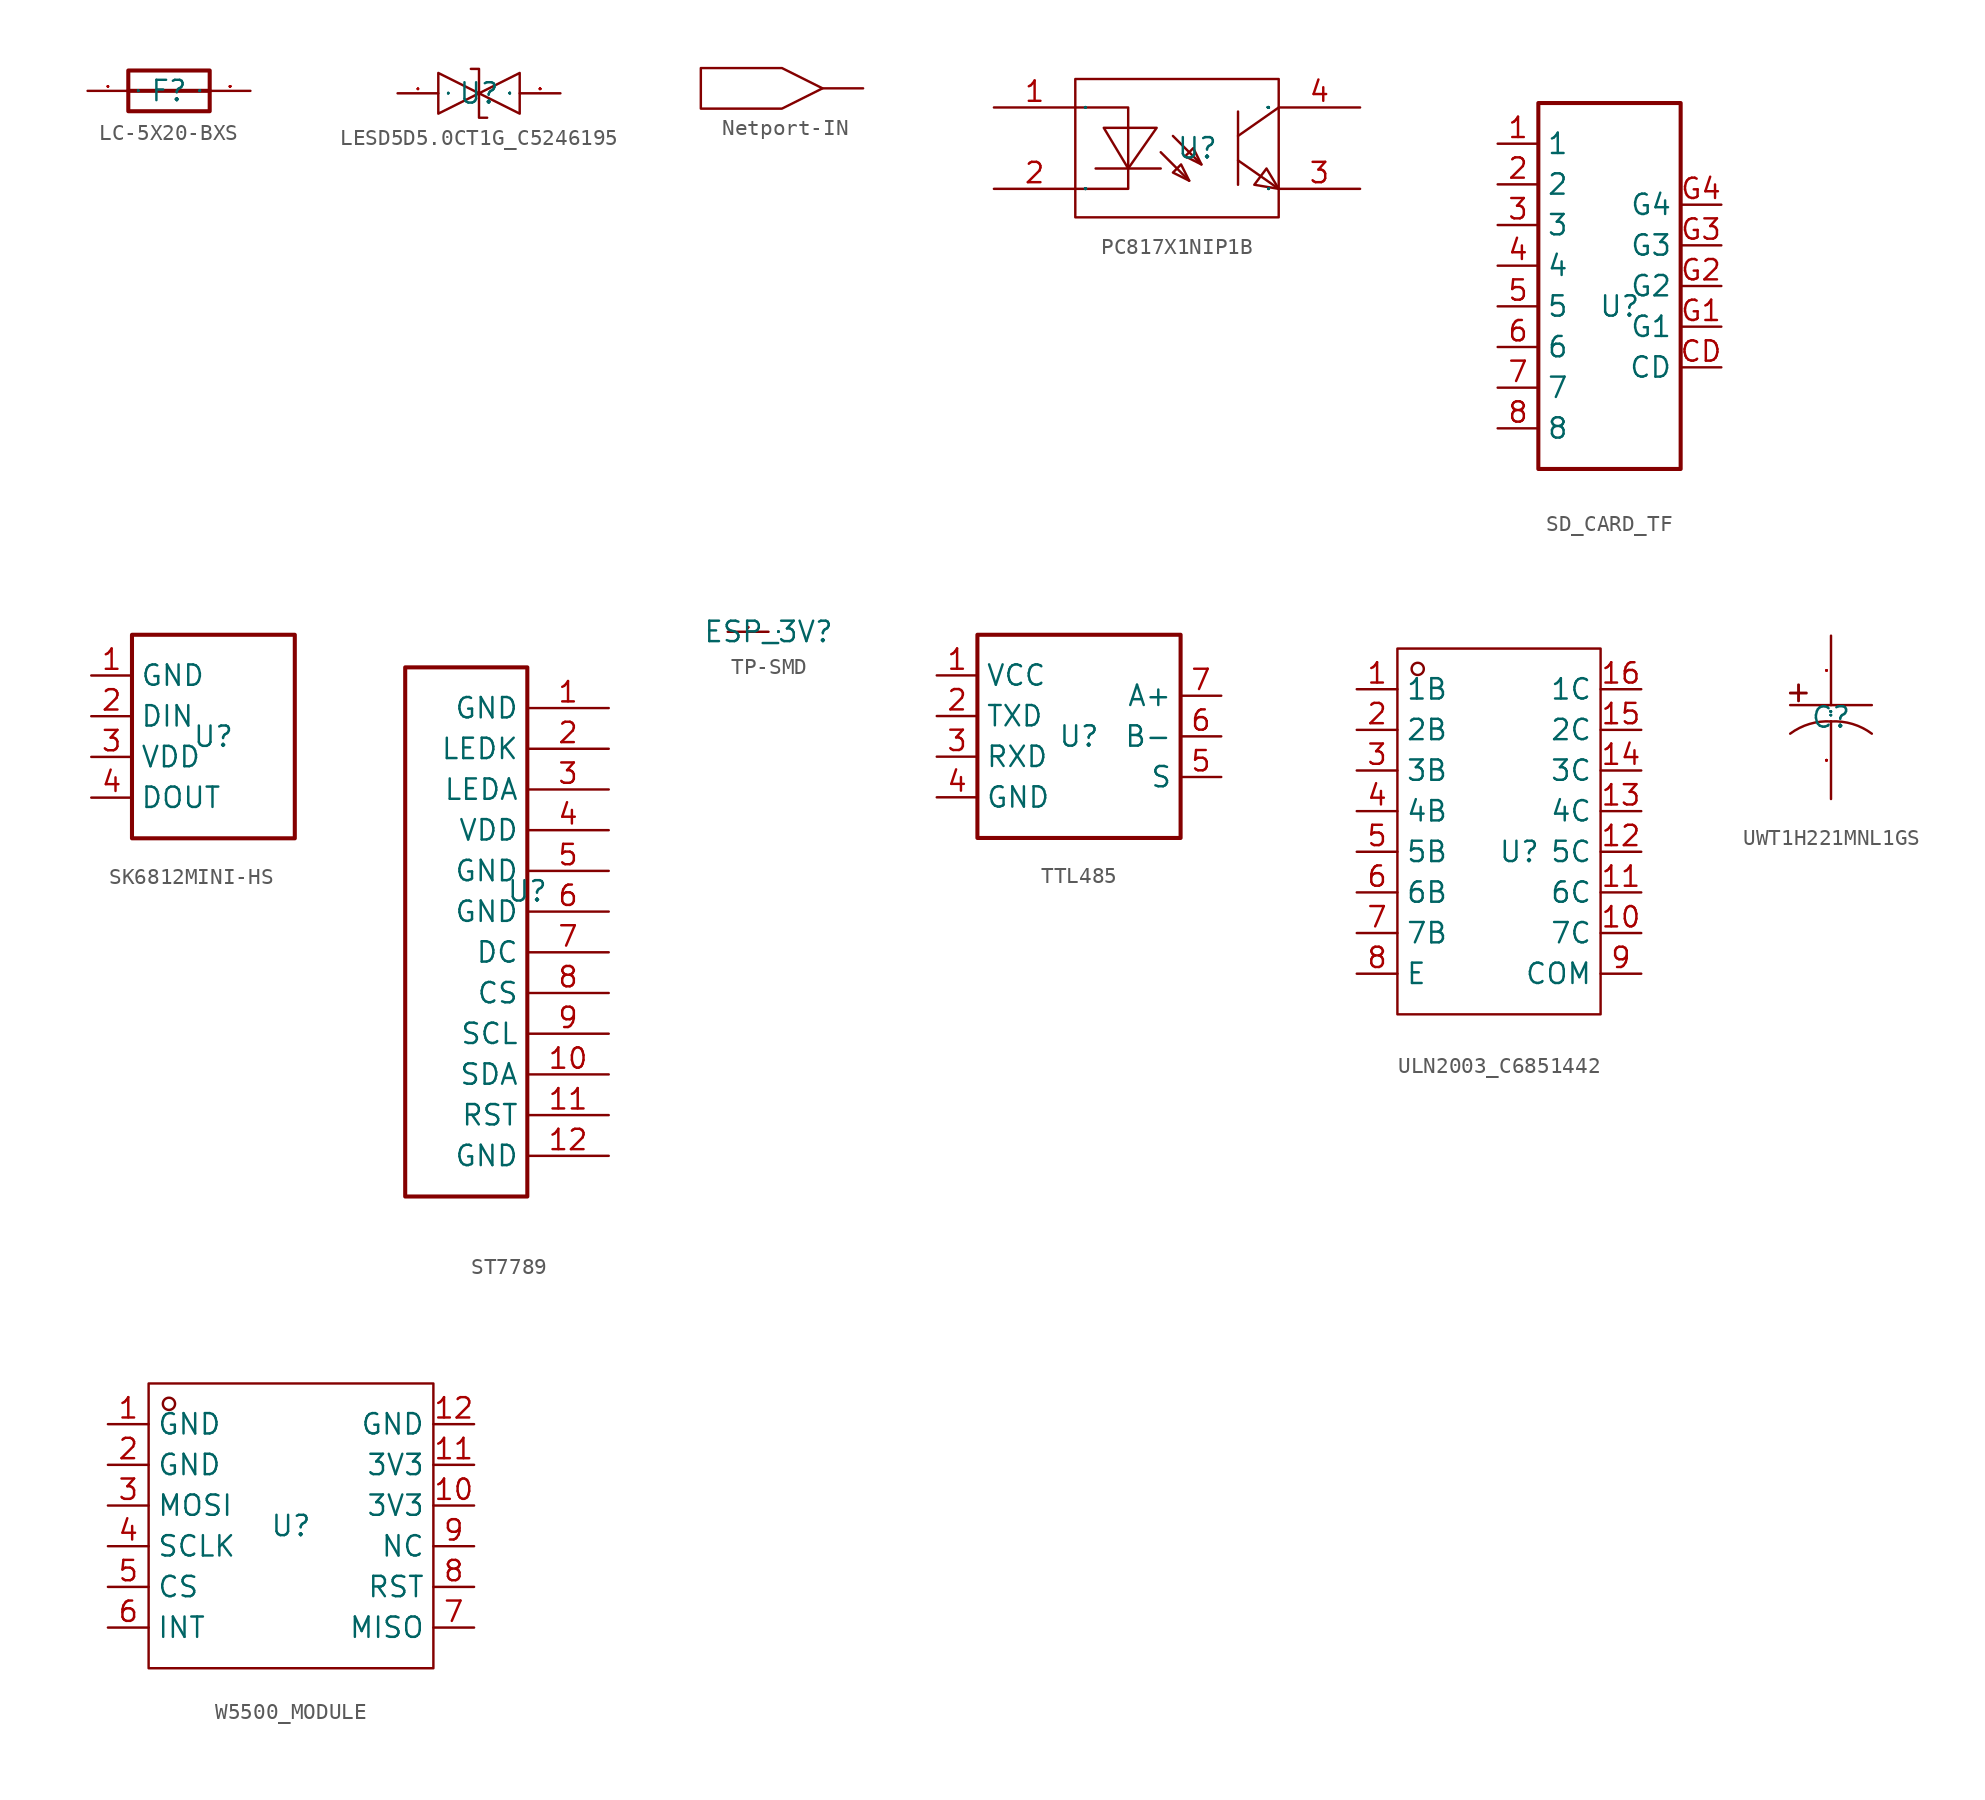
<source format=kicad_sym>
(kicad_symbol_lib
  (version 20241209)
  (generator "kicad_symbol_editor")
  (generator_version "9.0")
  (symbol "LC-5X20-BXS"
    (property "Reference" "F"
      (at 0 0 0)
      (effects (font (size 1.27 1.27))))
    (property "Value" ""
      (at 0 0 0)
      (effects (font (size 1.27 1.27))))
    (symbol "LC-5X20-BXS_1_0"
      (rectangle (start -2.54 1.27) (end 2.54 -1.27) (stroke (width 0.254) (type default)) (fill (type none)))
      (polyline (pts (xy -2.54 0) (xy 2.54 0)) (stroke (width 0.254) (type default)) (fill (type none)))
      (pin unspecified line (at -5.08 0 0) (length 2.54) (name "1" (effects (font (size 0.025 0.025)))) (number "1" (effects (font (size 0.025 0.025)))))
      (pin unspecified line (at 5.08 0 180) (length 2.54) (name "2" (effects (font (size 0.025 0.025)))) (number "2" (effects (font (size 0.025 0.025)))))))
  (symbol "LESD5D5.0CT1G_C5246195"
    (property "Reference" "U"
      (at 0 0 0)
      (effects (font (size 1.27 1.27))))
    (property "Value" ""
      (at 0 0 0)
      (effects (font (size 1.27 1.27))))
    (symbol "LESD5D5.0CT1G_C5246195_1_0"
      (polyline (pts (xy -2.54 1.27) (xy 0 0) (xy 0 0) (xy -2.54 -1.27) (xy -2.54 -1.27) (xy -2.54 1.27)) (stroke (width 0) (type default)) (fill (type none)))
      (polyline (pts (xy -0.508 1.524) (xy -0.508 1.524) (xy -0.508 1.524) (xy 0 1.524) (xy 0 1.524) (xy 0 -1.524) (xy 0 -1.524) (xy 0.508 -1.524) (xy 0.508 -1.524) (xy 0.508 -1.524)) (stroke (width 0) (type default)) (fill (type none)))
      (polyline (pts (xy 2.54 1.27) (xy 0 0) (xy 0 0) (xy 2.54 -1.27) (xy 2.54 -1.27) (xy 2.54 1.27)) (stroke (width 0) (type default)) (fill (type none)))
      (pin unspecified line (at -5.08 0 0) (length 2.54) (name "1" (effects (font (size 0.025 0.025)))) (number "1" (effects (font (size 0.025 0.025)))))
      (pin unspecified line (at 5.08 0 180) (length 2.54) (name "2" (effects (font (size 0.025 0.025)))) (number "2" (effects (font (size 0.025 0.025)))))))
  (symbol "Netport-IN"
    (power)
    (pin_numbers
      (hide yes))
    (pin_names
      (hide yes))
    (property "Reference" "#PWR"
      (at 0 0 0)
      (effects (font (size 1.27 1.27)) (hide yes)))
    (property "Value" ""
      (at 0 0 0)
      (effects (font (size 1.27 1.27))))
    (symbol "Netport-IN_1_0"
      (polyline (pts (xy -2.54 0) (xy -5.08 1.27) (xy -10.16 1.27) (xy -10.16 -1.27) (xy -5.08 -1.27) (xy -2.54 0)) (stroke (width 0) (type default)) (fill (type none)))
      (pin input line (at 0 0 180) (length 2.54) (name "IN" (effects (font (size 0.025 0.025)))) (number "1" (effects (font (size 0.025 0.025)))))))
  (symbol "PC817X1NIP1B"
    (property "Reference" "U"
      (at 0 0 0)
      (effects (font (size 1.27 1.27))))
    (property "Value" ""
      (at 0 0 0)
      (effects (font (size 1.27 1.27))))
    (symbol "PC817X1NIP1B_1_0"
      (polyline (pts (xy -7.62 2.54) (xy -4.318 2.54) (xy -4.318 2.54) (xy -4.318 -2.54) (xy -4.318 -2.54) (xy -7.62 -2.54)) (stroke (width 0) (type default)) (fill (type none)))
      (rectangle (start -7.62 -4.318) (end 5.08 4.318) (stroke (width 0) (type default)) (fill (type none)))
      (polyline (pts (xy -5.842 1.27) (xy -4.318 -1.27) (xy -4.318 -1.27) (xy -2.54 1.27) (xy -2.54 1.27) (xy -5.842 1.27)) (stroke (width 0) (type default)) (fill (type none)))
      (polyline (pts (xy -2.286 -0.254) (xy -0.508 -2.032)) (stroke (width 0) (type default)) (fill (type none)))
      (polyline (pts (xy -2.286 -1.27) (xy -6.35 -1.27)) (stroke (width 0) (type default)) (fill (type none)))
      (polyline (pts (xy -1.524 0.762) (xy 0.254 -1.016)) (stroke (width 0) (type default)) (fill (type none)))
      (polyline (pts (xy -0.508 -2.032) (xy -1.016 -1.016) (xy -1.016 -1.016) (xy -1.524 -1.524) (xy -1.524 -1.524) (xy -0.508 -2.032)) (stroke (width 0) (type default)) (fill (type none)))
      (polyline (pts (xy 0.254 -1.016) (xy -0.254 0) (xy -0.254 0) (xy -0.762 -0.508) (xy -0.762 -0.508) (xy 0.254 -1.016)) (stroke (width 0) (type default)) (fill (type none)))
      (polyline (pts (xy 2.54 2.286) (xy 2.54 -2.286)) (stroke (width 0) (type default)) (fill (type none)))
      (polyline (pts (xy 2.54 -0.762) (xy 5.08 -2.54)) (stroke (width 0) (type default)) (fill (type none)))
      (polyline (pts (xy 5.08 2.54) (xy 2.54 0.762)) (stroke (width 0) (type default)) (fill (type none)))
      (polyline (pts (xy 5.08 -2.54) (xy 4.318 -1.27) (xy 4.318 -1.27) (xy 3.556 -2.286) (xy 3.556 -2.286) (xy 5.08 -2.54)) (stroke (width 0) (type default)) (fill (type none)))
      (pin unspecified line (at -12.7 2.54 0) (length 5.08) (name "AN" (effects (font (size 0.025 0.025)))) (number "1" (effects (font (size 1.27 1.27)))))
      (pin unspecified line (at -12.7 -2.54 0) (length 5.08) (name "CAT" (effects (font (size 0.025 0.025)))) (number "2" (effects (font (size 1.27 1.27)))))
      (pin unspecified line (at 10.16 2.54 180) (length 5.08) (name "COL" (effects (font (size 0.025 0.025)))) (number "4" (effects (font (size 1.27 1.27)))))
      (pin unspecified line (at 10.16 -2.54 180) (length 5.08) (name "EM" (effects (font (size 0.025 0.025)))) (number "3" (effects (font (size 1.27 1.27)))))))
  (symbol "SD_CARD_TF"
    (property "Reference" "U"
      (at 0 0 0)
      (effects (font (size 1.27 1.27))))
    (property "Value" ""
      (at 0 0 0)
      (effects (font (size 1.27 1.27))))
    (symbol "SD_CARD_TF_1_0"
      (rectangle (start -5.08 12.7) (end 3.81 -10.16) (stroke (width 0.254) (type default)) (fill (type none)))
      (pin unspecified line (at -7.62 10.16 0) (length 2.54) (name "1" (effects (font (size 1.27 1.27)))) (number "1" (effects (font (size 1.27 1.27)))))
      (pin unspecified line (at -7.62 7.62 0) (length 2.54) (name "2" (effects (font (size 1.27 1.27)))) (number "2" (effects (font (size 1.27 1.27)))))
      (pin unspecified line (at -7.62 5.08 0) (length 2.54) (name "3" (effects (font (size 1.27 1.27)))) (number "3" (effects (font (size 1.27 1.27)))))
      (pin unspecified line (at -7.62 2.54 0) (length 2.54) (name "4" (effects (font (size 1.27 1.27)))) (number "4" (effects (font (size 1.27 1.27)))))
      (pin unspecified line (at -7.62 0 0) (length 2.54) (name "5" (effects (font (size 1.27 1.27)))) (number "5" (effects (font (size 1.27 1.27)))))
      (pin unspecified line (at -7.62 -2.54 0) (length 2.54) (name "6" (effects (font (size 1.27 1.27)))) (number "6" (effects (font (size 1.27 1.27)))))
      (pin unspecified line (at -7.62 -5.08 0) (length 2.54) (name "7" (effects (font (size 1.27 1.27)))) (number "7" (effects (font (size 1.27 1.27)))))
      (pin unspecified line (at -7.62 -7.62 0) (length 2.54) (name "8" (effects (font (size 1.27 1.27)))) (number "8" (effects (font (size 1.27 1.27)))))
      (pin unspecified line (at 6.35 6.35 180) (length 2.54) (name "G4" (effects (font (size 1.27 1.27)))) (number "G4" (effects (font (size 1.27 1.27)))))
      (pin unspecified line (at 6.35 3.81 180) (length 2.54) (name "G3" (effects (font (size 1.27 1.27)))) (number "G3" (effects (font (size 1.27 1.27)))))
      (pin unspecified line (at 6.35 1.27 180) (length 2.54) (name "G2" (effects (font (size 1.27 1.27)))) (number "G2" (effects (font (size 1.27 1.27)))))
      (pin unspecified line (at 6.35 -1.27 180) (length 2.54) (name "G1" (effects (font (size 1.27 1.27)))) (number "G1" (effects (font (size 1.27 1.27)))))
      (pin unspecified line (at 6.35 -3.81 180) (length 2.54) (name "CD" (effects (font (size 1.27 1.27)))) (number "CD" (effects (font (size 1.27 1.27)))))))
  (symbol "SK6812MINI-HS"
    (property "Reference" "U"
      (at 0 0 0)
      (effects (font (size 1.27 1.27))))
    (property "Value" ""
      (at 0 0 0)
      (effects (font (size 1.27 1.27))))
    (symbol "SK6812MINI-HS_1_0"
      (rectangle (start -5.08 6.35) (end 5.08 -6.35) (stroke (width 0.254) (type default)) (fill (type none)))
      (pin unspecified line (at -7.62 3.81 0) (length 2.54) (name "GND" (effects (font (size 1.27 1.27)))) (number "1" (effects (font (size 1.27 1.27)))))
      (pin unspecified line (at -7.62 1.27 0) (length 2.54) (name "DIN" (effects (font (size 1.27 1.27)))) (number "2" (effects (font (size 1.27 1.27)))))
      (pin unspecified line (at -7.62 -1.27 0) (length 2.54) (name "VDD" (effects (font (size 1.27 1.27)))) (number "3" (effects (font (size 1.27 1.27)))))
      (pin unspecified line (at -7.62 -3.81 0) (length 2.54) (name "DOUT" (effects (font (size 1.27 1.27)))) (number "4" (effects (font (size 1.27 1.27)))))))
  (symbol "ST7789"
    (property "Reference" "U"
      (at 0 0 0)
      (effects (font (size 1.27 1.27))))
    (property "Value" ""
      (at 0 0 0)
      (effects (font (size 1.27 1.27))))
    (symbol "ST7789_1_0"
      (rectangle (start -7.62 13.97) (end 0 -19.05) (stroke (width 0.254) (type default)) (fill (type none)))
      (pin unspecified line (at 5.08 11.43 180) (length 5.08) (name "GND" (effects (font (size 1.27 1.27)))) (number "1" (effects (font (size 1.27 1.27)))))
      (pin unspecified line (at 5.08 8.89 180) (length 5.08) (name "LEDK" (effects (font (size 1.27 1.27)))) (number "2" (effects (font (size 1.27 1.27)))))
      (pin unspecified line (at 5.08 6.35 180) (length 5.08) (name "LEDA" (effects (font (size 1.27 1.27)))) (number "3" (effects (font (size 1.27 1.27)))))
      (pin unspecified line (at 5.08 3.81 180) (length 5.08) (name "VDD" (effects (font (size 1.27 1.27)))) (number "4" (effects (font (size 1.27 1.27)))))
      (pin unspecified line (at 5.08 1.27 180) (length 5.08) (name "GND" (effects (font (size 1.27 1.27)))) (number "5" (effects (font (size 1.27 1.27)))))
      (pin unspecified line (at 5.08 -1.27 180) (length 5.08) (name "GND" (effects (font (size 1.27 1.27)))) (number "6" (effects (font (size 1.27 1.27)))))
      (pin unspecified line (at 5.08 -3.81 180) (length 5.08) (name "DC" (effects (font (size 1.27 1.27)))) (number "7" (effects (font (size 1.27 1.27)))))
      (pin unspecified line (at 5.08 -6.35 180) (length 5.08) (name "CS" (effects (font (size 1.27 1.27)))) (number "8" (effects (font (size 1.27 1.27)))))
      (pin unspecified line (at 5.08 -8.89 180) (length 5.08) (name "SCL" (effects (font (size 1.27 1.27)))) (number "9" (effects (font (size 1.27 1.27)))))
      (pin unspecified line (at 5.08 -11.43 180) (length 5.08) (name "SDA" (effects (font (size 1.27 1.27)))) (number "10" (effects (font (size 1.27 1.27)))))
      (pin unspecified line (at 5.08 -13.97 180) (length 5.08) (name "RST" (effects (font (size 1.27 1.27)))) (number "11" (effects (font (size 1.27 1.27)))))
      (pin unspecified line (at 5.08 -16.51 180) (length 5.08) (name "GND" (effects (font (size 1.27 1.27)))) (number "12" (effects (font (size 1.27 1.27)))))))
  (symbol "TP-SMD"
    (property "Reference" "ESP_3V"
      (at 0 0 0)
      (effects (font (size 1.27 1.27))))
    (property "Value" ""
      (at 0 0 0)
      (effects (font (size 1.27 1.27))))
    (symbol "TP-SMD_1_0"
      (pin unspecified line (at -2.54 0 0) (length 2.54) (name "1" (effects (font (size 0.025 0.025)))) (number "1" (effects (font (size 0.025 0.025)))))))
  (symbol "TTL485"
    (property "Reference" "U"
      (at 0 0 0)
      (effects (font (size 1.27 1.27))))
    (property "Value" ""
      (at 0 0 0)
      (effects (font (size 1.27 1.27))))
    (symbol "TTL485_1_0"
      (rectangle (start -6.35 6.35) (end 6.35 -6.35) (stroke (width 0.254) (type default)) (fill (type none)))
      (pin unspecified line (at -8.89 3.81 0) (length 2.54) (name "VCC" (effects (font (size 1.27 1.27)))) (number "1" (effects (font (size 1.27 1.27)))))
      (pin unspecified line (at -8.89 1.27 0) (length 2.54) (name "TXD" (effects (font (size 1.27 1.27)))) (number "2" (effects (font (size 1.27 1.27)))))
      (pin unspecified line (at -8.89 -1.27 0) (length 2.54) (name "RXD" (effects (font (size 1.27 1.27)))) (number "3" (effects (font (size 1.27 1.27)))))
      (pin unspecified line (at -8.89 -3.81 0) (length 2.54) (name "GND" (effects (font (size 1.27 1.27)))) (number "4" (effects (font (size 1.27 1.27)))))
      (pin unspecified line (at 8.89 2.54 180) (length 2.54) (name "A+" (effects (font (size 1.27 1.27)))) (number "7" (effects (font (size 1.27 1.27)))))
      (pin unspecified line (at 8.89 0 180) (length 2.54) (name "B-" (effects (font (size 1.27 1.27)))) (number "6" (effects (font (size 1.27 1.27)))))
      (pin unspecified line (at 8.89 -2.54 180) (length 2.54) (name "S" (effects (font (size 1.27 1.27)))) (number "5" (effects (font (size 1.27 1.27)))))))
  (symbol "ULN2003_C6851442"
    (property "Reference" "U"
      (at 0 0 0)
      (effects (font (size 1.27 1.27))))
    (property "Value" ""
      (at 0 0 0)
      (effects (font (size 1.27 1.27))))
    (symbol "ULN2003_C6851442_1_0"
      (rectangle (start -7.62 -10.16) (end 5.08 12.7) (stroke (width 0) (type default)) (fill (type none)))
      (circle (center -6.35 11.43) (radius 0.381) (stroke (width 0) (type default)) (fill (type none)))
      (pin unspecified line (at -10.16 10.16 0) (length 2.54) (name "1B" (effects (font (size 1.27 1.27)))) (number "1" (effects (font (size 1.27 1.27)))))
      (pin unspecified line (at -10.16 7.62 0) (length 2.54) (name "2B" (effects (font (size 1.27 1.27)))) (number "2" (effects (font (size 1.27 1.27)))))
      (pin unspecified line (at -10.16 5.08 0) (length 2.54) (name "3B" (effects (font (size 1.27 1.27)))) (number "3" (effects (font (size 1.27 1.27)))))
      (pin unspecified line (at -10.16 2.54 0) (length 2.54) (name "4B" (effects (font (size 1.27 1.27)))) (number "4" (effects (font (size 1.27 1.27)))))
      (pin unspecified line (at -10.16 0 0) (length 2.54) (name "5B" (effects (font (size 1.27 1.27)))) (number "5" (effects (font (size 1.27 1.27)))))
      (pin unspecified line (at -10.16 -2.54 0) (length 2.54) (name "6B" (effects (font (size 1.27 1.27)))) (number "6" (effects (font (size 1.27 1.27)))))
      (pin unspecified line (at -10.16 -5.08 0) (length 2.54) (name "7B" (effects (font (size 1.27 1.27)))) (number "7" (effects (font (size 1.27 1.27)))))
      (pin unspecified line (at -10.16 -7.62 0) (length 2.54) (name "E" (effects (font (size 1.27 1.27)))) (number "8" (effects (font (size 1.27 1.27)))))
      (pin unspecified line (at 7.62 10.16 180) (length 2.54) (name "1C" (effects (font (size 1.27 1.27)))) (number "16" (effects (font (size 1.27 1.27)))))
      (pin unspecified line (at 7.62 7.62 180) (length 2.54) (name "2C" (effects (font (size 1.27 1.27)))) (number "15" (effects (font (size 1.27 1.27)))))
      (pin unspecified line (at 7.62 5.08 180) (length 2.54) (name "3C" (effects (font (size 1.27 1.27)))) (number "14" (effects (font (size 1.27 1.27)))))
      (pin unspecified line (at 7.62 2.54 180) (length 2.54) (name "4C" (effects (font (size 1.27 1.27)))) (number "13" (effects (font (size 1.27 1.27)))))
      (pin unspecified line (at 7.62 0 180) (length 2.54) (name "5C" (effects (font (size 1.27 1.27)))) (number "12" (effects (font (size 1.27 1.27)))))
      (pin unspecified line (at 7.62 -2.54 180) (length 2.54) (name "6C" (effects (font (size 1.27 1.27)))) (number "11" (effects (font (size 1.27 1.27)))))
      (pin unspecified line (at 7.62 -5.08 180) (length 2.54) (name "7C" (effects (font (size 1.27 1.27)))) (number "10" (effects (font (size 1.27 1.27)))))
      (pin unspecified line (at 7.62 -7.62 180) (length 2.54) (name "COM" (effects (font (size 1.27 1.27)))) (number "9" (effects (font (size 1.27 1.27)))))))
  (symbol "UWT1H221MNL1GS"
    (property "Reference" "C"
      (at 0 0 0)
      (effects (font (size 1.27 1.27))))
    (symbol "UWT1H221MNL1GS_1_0"
      (rectangle (start -2.54 1.499) (end -1.524 1.524) (stroke (width 0) (type default)) (fill (type none)))
      (polyline (pts (xy -2.54 0.762) (xy 2.54 0.762)) (stroke (width 0) (type default)) (fill (type none)))
      (rectangle (start -2.032 1.016) (end -2.007 2.032) (stroke (width 0) (type default)) (fill (type none)))
      (arc (start -2.54 -1.016) (mid -1.3208 -0.4064) (end 0 -0.254) (stroke (width 0) (type default)) (fill (type none)))
      (arc (start 0 -0.254) (mid 1.3208 -0.4064) (end 2.54 -1.016) (stroke (width 0) (type default)) (fill (type none)))
      (pin input line (at 0 5.08 270) (length 4.318) (name "1" (effects (font (size 0.025 0.025)))) (number "1" (effects (font (size 0.025 0.025)))))
      (pin input line (at 0 -5.08 90) (length 4.826) (name "2" (effects (font (size 0.025 0.025)))) (number "2" (effects (font (size 0.025 0.025)))))))
  (symbol "W5500_MODULE"
    (property "Reference" "U"
      (at 0 0 0)
      (effects (font (size 1.27 1.27))))
    (property "Value" ""
      (at 0 0 0)
      (effects (font (size 1.27 1.27))))
    (symbol "W5500_MODULE_1_0"
      (rectangle (start -8.89 -8.89) (end 8.89 8.89) (stroke (width 0) (type default)) (fill (type none)))
      (circle (center -7.62 7.62) (radius 0.381) (stroke (width 0) (type default)) (fill (type none)))
      (pin unspecified line (at -11.43 6.35 0) (length 2.54) (name "GND" (effects (font (size 1.27 1.27)))) (number "1" (effects (font (size 1.27 1.27)))))
      (pin unspecified line (at -11.43 3.81 0) (length 2.54) (name "GND" (effects (font (size 1.27 1.27)))) (number "2" (effects (font (size 1.27 1.27)))))
      (pin unspecified line (at -11.43 1.27 0) (length 2.54) (name "MOSI" (effects (font (size 1.27 1.27)))) (number "3" (effects (font (size 1.27 1.27)))))
      (pin unspecified line (at -11.43 -1.27 0) (length 2.54) (name "SCLK" (effects (font (size 1.27 1.27)))) (number "4" (effects (font (size 1.27 1.27)))))
      (pin unspecified line (at -11.43 -3.81 0) (length 2.54) (name "CS" (effects (font (size 1.27 1.27)))) (number "5" (effects (font (size 1.27 1.27)))))
      (pin unspecified line (at -11.43 -6.35 0) (length 2.54) (name "INT" (effects (font (size 1.27 1.27)))) (number "6" (effects (font (size 1.27 1.27)))))
      (pin unspecified line (at 11.43 6.35 180) (length 2.54) (name "GND" (effects (font (size 1.27 1.27)))) (number "12" (effects (font (size 1.27 1.27)))))
      (pin unspecified line (at 11.43 3.81 180) (length 2.54) (name "3V3" (effects (font (size 1.27 1.27)))) (number "11" (effects (font (size 1.27 1.27)))))
      (pin unspecified line (at 11.43 1.27 180) (length 2.54) (name "3V3" (effects (font (size 1.27 1.27)))) (number "10" (effects (font (size 1.27 1.27)))))
      (pin unspecified line (at 11.43 -1.27 180) (length 2.54) (name "NC" (effects (font (size 1.27 1.27)))) (number "9" (effects (font (size 1.27 1.27)))))
      (pin unspecified line (at 11.43 -3.81 180) (length 2.54) (name "RST" (effects (font (size 1.27 1.27)))) (number "8" (effects (font (size 1.27 1.27)))))
      (pin unspecified line (at 11.43 -6.35 180) (length 2.54) (name "MISO" (effects (font (size 1.27 1.27)))) (number "7" (effects (font (size 1.27 1.27))))))))
</source>
